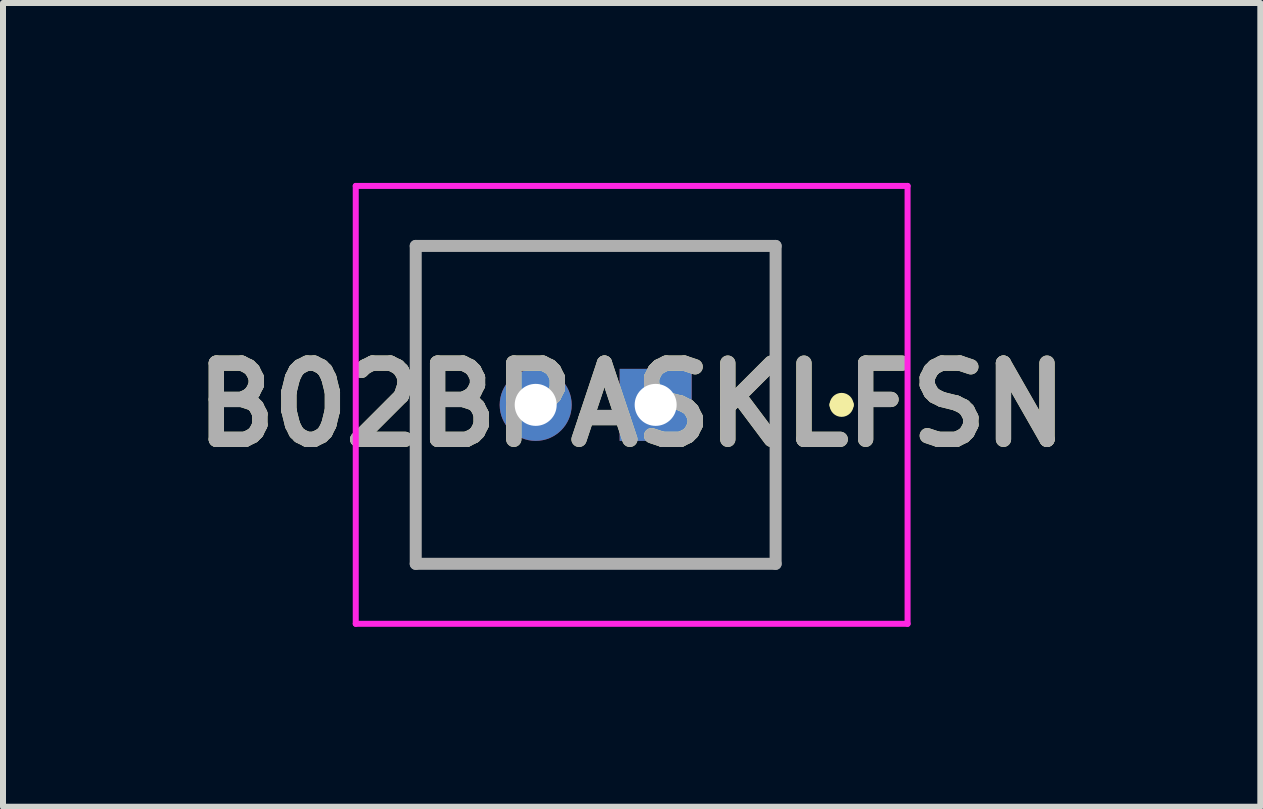
<source format=kicad_pcb>
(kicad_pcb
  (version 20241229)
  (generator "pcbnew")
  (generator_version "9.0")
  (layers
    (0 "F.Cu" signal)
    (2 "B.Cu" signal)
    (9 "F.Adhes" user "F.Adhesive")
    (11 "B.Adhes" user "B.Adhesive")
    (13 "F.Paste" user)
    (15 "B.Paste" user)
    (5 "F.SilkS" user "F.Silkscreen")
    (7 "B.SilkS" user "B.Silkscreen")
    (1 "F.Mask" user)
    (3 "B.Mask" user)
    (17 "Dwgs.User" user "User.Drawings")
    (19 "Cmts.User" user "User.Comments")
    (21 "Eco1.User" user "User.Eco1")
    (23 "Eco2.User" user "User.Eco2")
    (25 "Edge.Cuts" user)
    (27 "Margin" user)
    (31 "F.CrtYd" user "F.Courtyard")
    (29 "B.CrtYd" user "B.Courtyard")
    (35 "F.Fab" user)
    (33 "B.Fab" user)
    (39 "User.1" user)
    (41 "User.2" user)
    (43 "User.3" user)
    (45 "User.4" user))
  (footprint "B02BPASKLFSN"
    (layer "F.Cu")
    (at 7.881 3.7)
    (property "Reference" "B02BPASKLFSN" (at -0.4 0 0) (layer "F.SilkS") (effects (font (size 1.27 1.27) (thickness 0.254))))
    (attr through_hole)
    (fp_line (start -4 -2.65) (end 2 -2.65) (stroke (width 0.1) (type solid)) (layer "F.SilkS"))
    (fp_line (start -4 2.65) (end -4 -2.65) (stroke (width 0.1) (type solid)) (layer "F.SilkS"))
    (fp_line (start 2 -2.65) (end 2 2.65) (stroke (width 0.1) (type solid)) (layer "F.SilkS"))
    (fp_line (start 2 2.65) (end -4 2.65) (stroke (width 0.1) (type solid)) (layer "F.SilkS"))
    (fp_line (start 3 0) (end 3 0) (stroke (width 0.2) (type solid)) (layer "F.SilkS"))
    (fp_line (start 3.2 0) (end 3.2 0) (stroke (width 0.2) (type solid)) (layer "F.SilkS"))
    (fp_arc (start 3 0) (mid 3.1 -0.1) (end 3.2 0) (stroke (width 0.2) (type solid)) (layer "F.SilkS"))
    (fp_arc (start 3.2 0) (mid 3.1 0.1) (end 3 0) (stroke (width 0.2) (type solid)) (layer "F.SilkS"))
    (fp_line (start -5 -3.65) (end 4.2 -3.65) (stroke (width 0.1) (type solid)) (layer "F.CrtYd"))
    (fp_line (start -5 3.65) (end -5 -3.65) (stroke (width 0.1) (type solid)) (layer "F.CrtYd"))
    (fp_line (start 4.2 -3.65) (end 4.2 3.65) (stroke (width 0.1) (type solid)) (layer "F.CrtYd"))
    (fp_line (start 4.2 3.65) (end -5 3.65) (stroke (width 0.1) (type solid)) (layer "F.CrtYd"))
    (fp_line (start -4 -2.65) (end 2 -2.65) (stroke (width 0.2) (type solid)) (layer "F.Fab"))
    (fp_line (start -4 2.65) (end -4 -2.65) (stroke (width 0.2) (type solid)) (layer "F.Fab"))
    (fp_line (start 2 -2.65) (end 2 2.65) (stroke (width 0.2) (type solid)) (layer "F.Fab"))
    (fp_line (start 2 2.65) (end -4 2.65) (stroke (width 0.2) (type solid)) (layer "F.Fab"))
    (fp_text user "${REFERENCE}" (at -0.4 0 0) (layer "F.Fab") (effects (font (size 1.27 1.27) (thickness 0.254))))
    (pad "1" thru_hole rect (at 0 0) (size 1.2 1.2) (drill 0.7) (layers "*.Cu" "*.Mask"))
    (pad "2" thru_hole circle (at -2 0) (size 1.2 1.2) (drill 0.7) (layers "*.Cu" "*.Mask")))
  (gr_rect
    (start -3 -3)
    (end 17.962 10.4)
    (stroke (width 0.1) (type default))
    (fill no)
    (layer "Edge.Cuts")))
</source>
